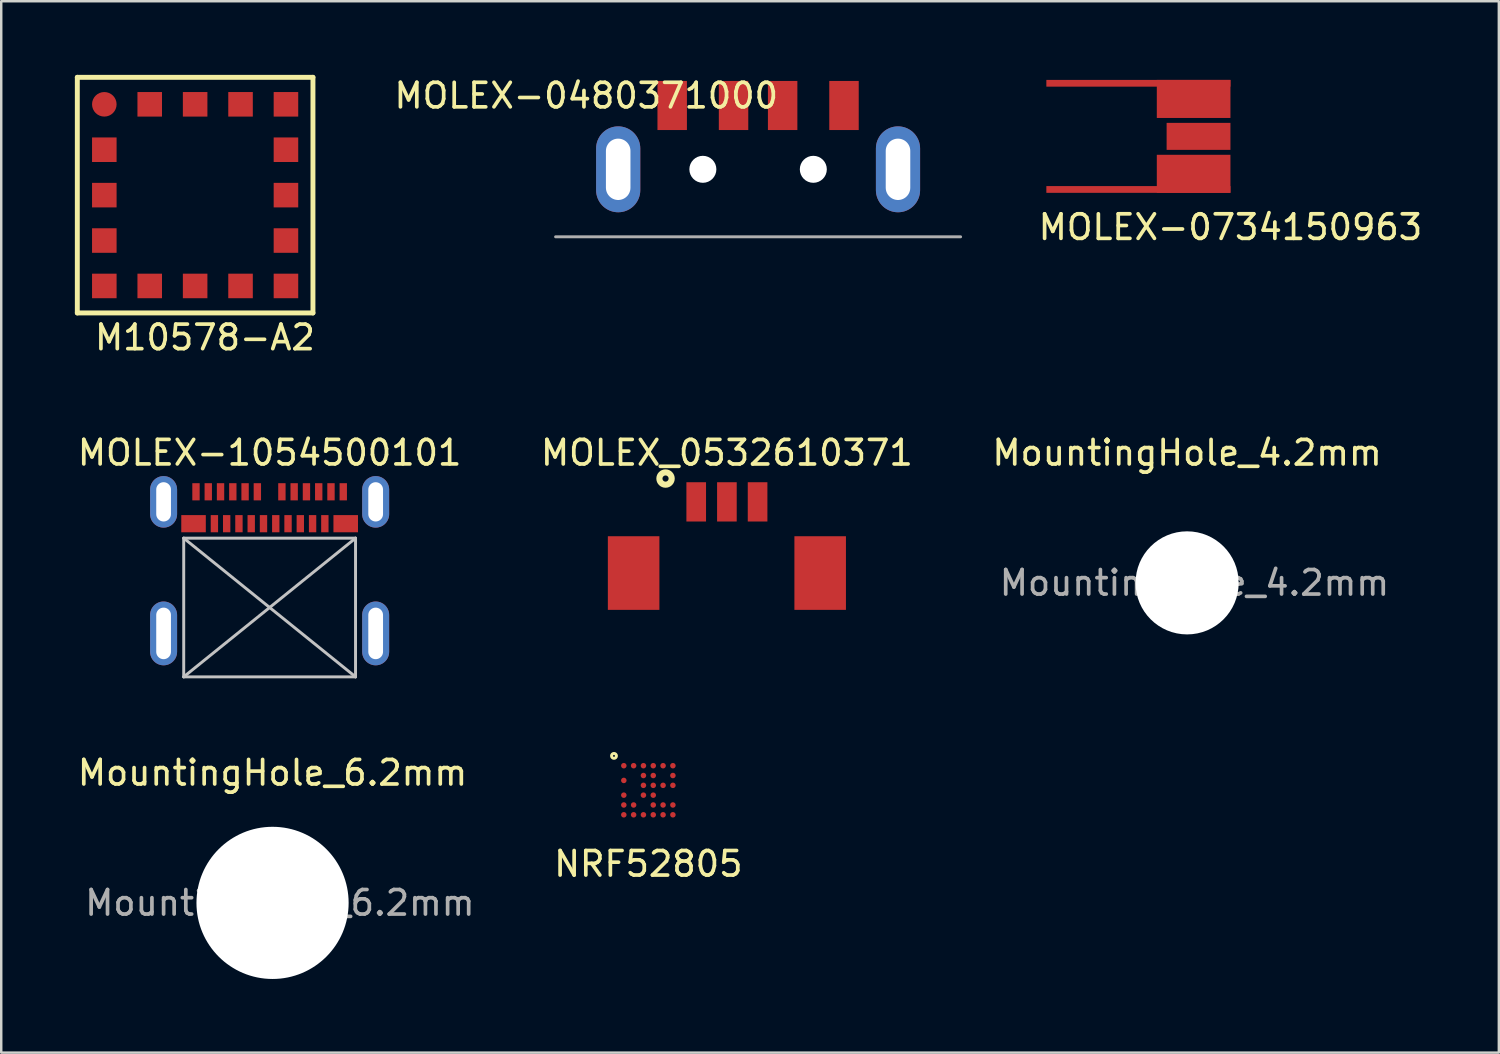
<source format=kicad_pcb>
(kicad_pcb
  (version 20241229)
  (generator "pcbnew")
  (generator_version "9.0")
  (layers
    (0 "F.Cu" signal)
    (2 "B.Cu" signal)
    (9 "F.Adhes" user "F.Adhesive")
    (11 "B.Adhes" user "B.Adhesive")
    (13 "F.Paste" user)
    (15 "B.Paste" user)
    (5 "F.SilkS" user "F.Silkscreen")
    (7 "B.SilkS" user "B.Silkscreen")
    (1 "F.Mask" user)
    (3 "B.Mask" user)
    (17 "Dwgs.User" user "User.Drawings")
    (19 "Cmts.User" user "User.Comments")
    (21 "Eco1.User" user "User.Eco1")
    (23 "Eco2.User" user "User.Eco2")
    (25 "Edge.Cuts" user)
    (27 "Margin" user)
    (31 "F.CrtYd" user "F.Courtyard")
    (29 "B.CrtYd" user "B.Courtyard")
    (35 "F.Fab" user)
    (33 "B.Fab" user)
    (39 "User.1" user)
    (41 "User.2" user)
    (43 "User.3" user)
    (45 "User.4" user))
  (footprint "MOLEX-0480371000"
    (layer "F.Cu")
    (at 27.836 3.848)
    (property "Reference" "MOLEX-0480371000" (at -7 -3 0) (layer "F.SilkS") (effects (font (size 1 1) (thickness 0.15))))
    (attr through_hole)
    (fp_line (start 8.25 2.75) (end -8.25 2.75) (stroke (width 0.12) (type solid)) (layer "F.Fab"))
    (pad "" np_thru_hole circle (at -2.25 0) (size 1.1 1.1) (drill 1.1) (layers "*.Cu" "*.Mask"))
    (pad "" np_thru_hole circle (at 2.25 0) (size 1.1 1.1) (drill 1.1) (layers "*.Cu" "*.Mask"))
    (pad "1" smd rect (at -3.5 -2.6) (size 1.2 2) (layers "F.Cu" "F.Mask" "F.Paste"))
    (pad "2" smd rect (at -1 -2.6) (size 1.2 2) (layers "F.Cu" "F.Mask" "F.Paste"))
    (pad "3" smd rect (at 1 -2.6) (size 1.2 2) (layers "F.Cu" "F.Mask" "F.Paste"))
    (pad "4" smd rect (at 3.5 -2.6) (size 1.2 2) (layers "F.Cu" "F.Mask" "F.Paste"))
    (pad "5" thru_hole oval (at -5.7 0) (size 1.8 3.5) (drill oval 1 2.5) (layers "*.Cu" "*.Mask"))
    (pad "5" thru_hole oval (at 5.7 0) (size 1.8 3.5) (drill oval 1 2.5) (layers "*.Cu" "*.Mask")))
  (footprint "NRF52805"
    (layer "F.Cu")
    (at 23.365 29.146)
    (property "Reference" "NRF52805" (at 0 3 0) (layer "F.SilkS") (effects (font (size 1 1) (thickness 0.15))))
    (attr through_hole)
    (fp_circle (center -1.4 -1.4) (end -1.4 -1.5) (stroke (width 0.12) (type solid)) (fill no) (layer "F.SilkS"))
    (pad "A1" smd circle (at -1 -1) (size 0.225 0.225) (layers "F.Cu" "F.Mask" "F.Paste"))
    (pad "A2" smd circle (at -0.6 -1) (size 0.225 0.225) (layers "F.Cu" "F.Mask" "F.Paste"))
    (pad "A3" smd circle (at -0.2 -1) (size 0.225 0.225) (layers "F.Cu" "F.Mask" "F.Paste"))
    (pad "A4" smd circle (at 0.2 -1) (size 0.225 0.225) (layers "F.Cu" "F.Mask" "F.Paste"))
    (pad "A5" smd circle (at 0.6 -1 90) (size 0.225 0.225) (layers "F.Cu" "F.Mask" "F.Paste"))
    (pad "A6" smd circle (at 1 -1) (size 0.225 0.225) (layers "F.Cu" "F.Mask" "F.Paste"))
    (pad "B3" smd circle (at -0.2 -0.6) (size 0.225 0.225) (layers "F.Cu" "F.Mask" "F.Paste"))
    (pad "B4" smd circle (at 0.2 -0.6) (size 0.225 0.225) (layers "F.Cu" "F.Mask" "F.Paste"))
    (pad "B6" smd circle (at 1 -0.6) (size 0.225 0.225) (layers "F.Cu" "F.Mask" "F.Paste"))
    (pad "C1" smd circle (at -1 -0.4) (size 0.225 0.225) (layers "F.Cu" "F.Mask" "F.Paste"))
    (pad "D3" smd circle (at -0.2 -0.2) (size 0.225 0.225) (layers "F.Cu" "F.Mask" "F.Paste"))
    (pad "D4" smd circle (at 0.2 -0.2) (size 0.225 0.225) (layers "F.Cu" "F.Mask" "F.Paste"))
    (pad "D5" smd circle (at 0.6 -0.2) (size 0.225 0.225) (layers "F.Cu" "F.Mask" "F.Paste"))
    (pad "D6" smd circle (at 1 -0.2) (size 0.225 0.225) (layers "F.Cu" "F.Mask" "F.Paste"))
    (pad "E1" smd circle (at -1 0.2) (size 0.225 0.225) (layers "F.Cu" "F.Mask" "F.Paste"))
    (pad "E3" smd circle (at -0.2 0.2) (size 0.225 0.225) (layers "F.Cu" "F.Mask" "F.Paste"))
    (pad "E4" smd circle (at 0.2 0.2) (size 0.225 0.225) (layers "F.Cu" "F.Mask" "F.Paste"))
    (pad "F1" smd circle (at -1 0.6) (size 0.225 0.225) (layers "F.Cu" "F.Mask" "F.Paste"))
    (pad "F2" smd circle (at -0.6 0.6) (size 0.225 0.225) (layers "F.Cu" "F.Mask" "F.Paste"))
    (pad "F4" smd circle (at 0.2 0.6) (size 0.225 0.225) (layers "F.Cu" "F.Mask" "F.Paste"))
    (pad "F5" smd circle (at 0.6 0.6) (size 0.225 0.225) (layers "F.Cu" "F.Mask" "F.Paste"))
    (pad "F6" smd circle (at 1 0.6) (size 0.225 0.225) (layers "F.Cu" "F.Mask" "F.Paste"))
    (pad "G1" smd circle (at -1 1) (size 0.225 0.225) (layers "F.Cu" "F.Mask" "F.Paste"))
    (pad "G2" smd circle (at -0.6 1) (size 0.225 0.225) (layers "F.Cu" "F.Mask" "F.Paste"))
    (pad "G3" smd circle (at -0.2 1) (size 0.225 0.225) (layers "F.Cu" "F.Mask" "F.Paste"))
    (pad "G4" smd circle (at 0.2 1) (size 0.225 0.225) (layers "F.Cu" "F.Mask" "F.Paste"))
    (pad "G5" smd circle (at 0.6 1) (size 0.225 0.225) (layers "F.Cu" "F.Mask" "F.Paste"))
    (pad "G6" smd circle (at 1 1) (size 0.225 0.225) (layers "F.Cu" "F.Mask" "F.Paste")))
  (footprint "MOLEX-1054500101"
    (layer "F.Cu")
    (at 7.935 17.396)
    (property "Reference" "MOLEX-1054500101" (at 0 -2 0) (layer "F.SilkS") (effects (font (size 1 1) (thickness 0.15))))
    (attr through_hole)
    (fp_line (start -3.5 1.48) (end 3.5 1.48) (stroke (width 0.12) (type solid)) (layer "Dwgs.User"))
    (fp_line (start -3.5 1.48) (end 3.5 7.13) (stroke (width 0.12) (type solid)) (layer "Dwgs.User"))
    (fp_line (start -3.5 7.13) (end -3.5 1.48) (stroke (width 0.12) (type solid)) (layer "Dwgs.User"))
    (fp_line (start -3.5 7.13) (end 3.5 1.48) (stroke (width 0.12) (type solid)) (layer "Dwgs.User"))
    (fp_line (start -3.5 7.13) (end 3.5 7.13) (stroke (width 0.12) (type solid)) (layer "Dwgs.User"))
    (fp_line (start 3.5 1.48) (end 3.5 7.13) (stroke (width 0.12) (type solid)) (layer "Dwgs.User"))
    (pad "A1" smd rect (at -3 -0.41) (size 0.3 0.7) (layers "F.Cu" "F.Mask" "F.Paste"))
    (pad "A2" smd rect (at -2.5 -0.41) (size 0.3 0.7) (layers "F.Cu" "F.Mask" "F.Paste"))
    (pad "A3" smd rect (at -2 -0.41) (size 0.3 0.7) (layers "F.Cu" "F.Mask" "F.Paste"))
    (pad "A4" smd rect (at -1.5 -0.41) (size 0.3 0.7) (layers "F.Cu" "F.Mask" "F.Paste"))
    (pad "A5" smd rect (at -1 -0.41) (size 0.3 0.7) (layers "F.Cu" "F.Mask" "F.Paste"))
    (pad "A6" smd rect (at -0.5 -0.41) (size 0.3 0.7) (layers "F.Cu" "F.Mask" "F.Paste"))
    (pad "A7" smd rect (at 0.5 -0.41) (size 0.3 0.7) (layers "F.Cu" "F.Mask" "F.Paste"))
    (pad "A8" smd rect (at 1 -0.41) (size 0.3 0.7) (layers "F.Cu" "F.Mask" "F.Paste"))
    (pad "A9" smd rect (at 1.5 -0.41) (size 0.3 0.7) (layers "F.Cu" "F.Mask" "F.Paste"))
    (pad "A10" smd rect (at 2 -0.41) (size 0.3 0.7) (layers "F.Cu" "F.Mask" "F.Paste"))
    (pad "A11" smd rect (at 2.5 -0.41) (size 0.3 0.7) (layers "F.Cu" "F.Mask" "F.Paste"))
    (pad "A12" smd rect (at 3 -0.41) (size 0.3 0.7) (layers "F.Cu" "F.Mask" "F.Paste"))
    (pad "B1" smd rect (at 3.1 0.89) (size 1 0.7) (layers "F.Cu" "F.Mask" "F.Paste"))
    (pad "B2" smd rect (at 2.25 0.89) (size 0.3 0.7) (layers "F.Cu" "F.Mask" "F.Paste"))
    (pad "B3" smd rect (at 1.75 0.89) (size 0.3 0.7) (layers "F.Cu" "F.Mask" "F.Paste"))
    (pad "B4" smd rect (at 1.25 0.89) (size 0.3 0.7) (layers "F.Cu" "F.Mask" "F.Paste"))
    (pad "B5" smd rect (at 0.75 0.89) (size 0.3 0.7) (layers "F.Cu" "F.Mask" "F.Paste"))
    (pad "B6" smd rect (at 0.25 0.89) (size 0.3 0.7) (layers "F.Cu" "F.Mask" "F.Paste"))
    (pad "B7" smd rect (at -0.25 0.89) (size 0.3 0.7) (layers "F.Cu" "F.Mask" "F.Paste"))
    (pad "B8" smd rect (at -0.75 0.89) (size 0.3 0.7) (layers "F.Cu" "F.Mask" "F.Paste"))
    (pad "B9" smd rect (at -1.25 0.89) (size 0.3 0.7) (layers "F.Cu" "F.Mask" "F.Paste"))
    (pad "B10" smd rect (at -1.75 0.89) (size 0.3 0.7) (layers "F.Cu" "F.Mask" "F.Paste"))
    (pad "B11" smd rect (at -2.25 0.89) (size 0.3 0.7) (layers "F.Cu" "F.Mask" "F.Paste"))
    (pad "B12" smd rect (at -3.1 0.89) (size 1 0.7) (layers "F.Cu" "F.Mask" "F.Paste"))
    (pad "S1" thru_hole oval (at -4.32 0) (size 1.1 2.1) (drill oval 0.6 1.6) (layers "*.Cu" "*.Mask"))
    (pad "S1" thru_hole oval (at -4.32 5.36) (size 1.1 2.6) (drill oval 0.6 2.1) (layers "*.Cu" "*.Mask"))
    (pad "S1" thru_hole oval (at 4.32 0) (size 1.1 2.1) (drill oval 0.6 1.6) (layers "*.Cu" "*.Mask"))
    (pad "S1" thru_hole oval (at 4.32 5.36) (size 1.1 2.6) (drill oval 0.6 2.1) (layers "*.Cu" "*.Mask")))
  (footprint "M10578-A2"
    (layer "F.Cu")
    (at 4.9 4.9)
    (property "Reference" "M10578-A2" (at 0.4 5.8 0) (layer "F.SilkS") (effects (font (size 1 1) (thickness 0.15))))
    (attr through_hole)
    (fp_line (start -4.8 -4.8) (end 4.8 -4.8) (stroke (width 0.2) (type solid)) (layer "F.SilkS"))
    (fp_line (start -4.8 4.8) (end -4.8 -4.8) (stroke (width 0.2) (type solid)) (layer "F.SilkS"))
    (fp_line (start 4.8 -4.8) (end 4.8 4.8) (stroke (width 0.2) (type solid)) (layer "F.SilkS"))
    (fp_line (start 4.8 4.8) (end -4.8 4.8) (stroke (width 0.2) (type solid)) (layer "F.SilkS"))
    (pad "1" smd circle (at -3.7 -3.7) (size 1 1) (layers "F.Cu" "F.Mask" "F.Paste"))
    (pad "2" smd rect (at -1.85 -3.7) (size 1 1) (layers "F.Cu" "F.Mask" "F.Paste"))
    (pad "3" smd rect (at 0 -3.7) (size 1 1) (layers "F.Cu" "F.Mask" "F.Paste"))
    (pad "4" smd rect (at 1.85 -3.7) (size 1 1) (layers "F.Cu" "F.Mask" "F.Paste"))
    (pad "5" smd rect (at 3.7 -3.7) (size 1 1) (layers "F.Cu" "F.Mask" "F.Paste"))
    (pad "6" smd rect (at 3.7 -1.85) (size 1 1) (layers "F.Cu" "F.Mask" "F.Paste"))
    (pad "7" smd rect (at 3.7 0) (size 1 1) (layers "F.Cu" "F.Mask" "F.Paste"))
    (pad "8" smd rect (at 3.7 1.85) (size 1 1) (layers "F.Cu" "F.Mask" "F.Paste"))
    (pad "9" smd rect (at 3.7 3.7) (size 1 1) (layers "F.Cu" "F.Mask" "F.Paste"))
    (pad "10" smd rect (at 1.85 3.7) (size 1 1) (layers "F.Cu" "F.Mask" "F.Paste"))
    (pad "11" smd rect (at 0 3.7) (size 1 1) (layers "F.Cu" "F.Mask" "F.Paste"))
    (pad "12" smd rect (at -1.85 3.7) (size 1 1) (layers "F.Cu" "F.Mask" "F.Paste"))
    (pad "13" smd rect (at -3.7 3.7) (size 1 1) (layers "F.Cu" "F.Mask" "F.Paste"))
    (pad "14" smd rect (at -3.7 1.85) (size 1 1) (layers "F.Cu" "F.Mask" "F.Paste"))
    (pad "15" smd rect (at -3.7 0) (size 1 1) (layers "F.Cu" "F.Mask" "F.Paste"))
    (pad "16" smd rect (at -3.7 -1.85) (size 1 1) (layers "F.Cu" "F.Mask" "F.Paste")))
  (footprint "MountingHole_4.2mm"
    (layer "F.Cu")
    (at 45.315 20.697)
    (property "Reference" "MountingHole_4.2mm" (at 0 -5.3 0) (layer "F.SilkS") (effects (font (size 1 1) (thickness 0.15))))
    (attr exclude_from_pos_files exclude_from_bom)
    (fp_text user "${REFERENCE}" (at 0.3 0 0) (layer "F.Fab") (effects (font (size 1 1) (thickness 0.15))))
    (pad "" np_thru_hole circle (at 0 0) (size 4.2 4.2) (drill 4.2) (layers "*.Cu" "*.Mask")))
  (footprint "MOLEX_0532610371"
    (layer "F.Cu")
    (at 26.565 17.197)
    (property "Reference" "MOLEX_0532610371" (at 0 -1.8 0) (layer "F.SilkS") (effects (font (size 1 1) (thickness 0.15))))
    (attr through_hole)
    (fp_circle (center -2.5 -0.75) (end -2.25 -0.75) (stroke (width 0.25) (type solid)) (fill no) (layer "F.SilkS"))
    (pad "" smd rect (at -3.8 3.1) (size 2.1 3) (layers "F.Cu" "F.Mask" "F.Paste"))
    (pad "" smd rect (at 3.8 3.1) (size 2.1 3) (layers "F.Cu" "F.Mask" "F.Paste"))
    (pad "1" smd rect (at -1.25 0.2) (size 0.8 1.6) (layers "F.Cu" "F.Mask" "F.Paste"))
    (pad "2" smd rect (at 0 0.2) (size 0.8 1.6) (layers "F.Cu" "F.Mask" "F.Paste"))
    (pad "3" smd rect (at 1.25 0.2) (size 0.8 1.6) (layers "F.Cu" "F.Mask" "F.Paste")))
  (footprint "MountingHole_6.2mm"
    (layer "F.Cu")
    (at 8.054 33.735)
    (property "Reference" "MountingHole_6.2mm" (at 0 -5.3 0) (layer "F.SilkS") (effects (font (size 1 1) (thickness 0.15))))
    (attr exclude_from_pos_files exclude_from_bom)
    (fp_text user "${REFERENCE}" (at 0.3 0 0) (layer "F.Fab") (effects (font (size 1 1) (thickness 0.15))))
    (pad "" np_thru_hole circle (at 0 0) (size 6.2 6.2) (drill 6.2) (layers "*.Cu" "*.Mask")))
  (footprint "MOLEX-0734150963"
    (layer "F.Cu")
    (at 47.08 2.506)
    (property "Reference" "MOLEX-0734150963" (at 0 3.7 0) (layer "F.SilkS") (effects (font (size 1 1) (thickness 0.15))))
    (attr through_hole)
    (fp_line (start -7.5 -2) (end -7.5 2) (stroke (width 0.12) (type solid)) (layer "Eco1.User"))
    (fp_line (start -7.5 -2) (end -3 -2) (stroke (width 0.12) (type solid)) (layer "Eco1.User"))
    (fp_line (start -3 -2) (end -3 2) (stroke (width 0.12) (type solid)) (layer "Eco1.User"))
    (fp_line (start -3 2) (end -7.5 2) (stroke (width 0.12) (type solid)) (layer "Eco1.User"))
    (fp_line (start -3 -2.3) (end -0.7 -2.3) (stroke (width 0.12) (type solid)) (layer "Eco2.User"))
    (fp_line (start -3 2.3) (end -3 -2.3) (stroke (width 0.12) (type solid)) (layer "Eco2.User"))
    (fp_line (start -3 2.3) (end -0.7 2.3) (stroke (width 0.12) (type solid)) (layer "Eco2.User"))
    (fp_line (start -0.7 -2.3) (end -0.7 2.3) (stroke (width 0.12) (type solid)) (layer "Eco2.User"))
    (fp_text user "CUT" (at -5.2 0 90) (layer "Eco1.User") (effects (font (size 1 1) (thickness 0.15))))
    (fp_text user "NO Cu" (at -1.8 0 90) (layer "Eco2.User") (effects (font (size 1 1) (thickness 0.15))))
    (pad "1" smd rect (at -1.3 0) (size 2.6 1.1) (layers "F.Cu" "F.Mask" "F.Paste"))
    (pad "2" smd rect (at -3.75 -2.163) (size 7.5 0.275) (layers "F.Cu" "F.Mask" "F.Paste"))
    (pad "2" smd rect (at -3.75 2.163) (size 7.5 0.275) (layers "F.Cu" "F.Mask" "F.Paste"))
    (pad "2" smd rect (at -1.5 -1.525) (size 3 1.55) (layers "F.Cu" "F.Mask" "F.Paste"))
    (pad "2" smd rect (at -1.5 1.525) (size 3 1.55) (layers "F.Cu" "F.Mask" "F.Paste")))
  (gr_rect
    (start -3 -3)
    (end 58.015 39.835)
    (stroke (width 0.1) (type default))
    (fill no)
    (layer "Edge.Cuts")))
</source>
